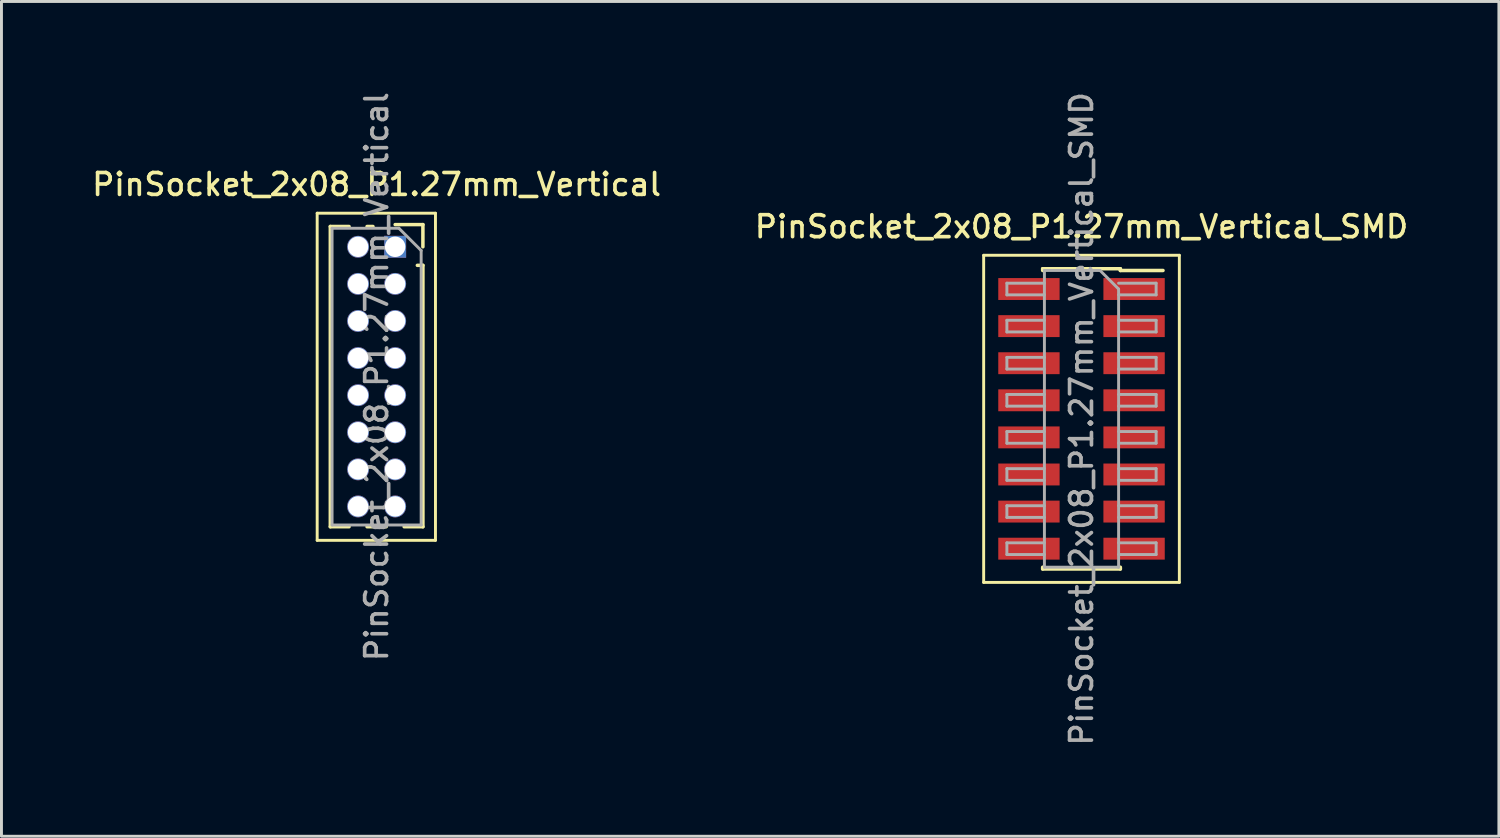
<source format=kicad_pcb>
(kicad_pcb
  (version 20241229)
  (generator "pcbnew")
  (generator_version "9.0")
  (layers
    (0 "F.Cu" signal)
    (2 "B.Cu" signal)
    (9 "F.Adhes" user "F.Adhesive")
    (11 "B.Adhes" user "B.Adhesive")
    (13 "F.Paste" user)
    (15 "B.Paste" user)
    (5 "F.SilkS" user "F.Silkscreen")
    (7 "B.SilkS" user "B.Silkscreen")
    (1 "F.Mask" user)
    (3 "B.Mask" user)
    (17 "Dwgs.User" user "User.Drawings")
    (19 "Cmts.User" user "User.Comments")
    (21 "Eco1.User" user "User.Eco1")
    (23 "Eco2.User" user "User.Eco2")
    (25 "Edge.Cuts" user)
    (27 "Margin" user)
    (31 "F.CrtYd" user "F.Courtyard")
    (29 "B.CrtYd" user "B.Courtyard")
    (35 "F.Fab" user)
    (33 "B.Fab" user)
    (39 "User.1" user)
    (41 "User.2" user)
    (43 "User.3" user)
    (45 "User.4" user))
  (footprint "PinSocket_2x08_P1.27mm_Vertical_SMD"
    (layer "F.Cu")
    (at 33.98 11.291)
    (property "Reference" "PinSocket_2x08_P1.27mm_Vertical_SMD" (at 0 -6.58 0) (layer "F.SilkS") (effects (font (size 0.75 0.75) (thickness 0.125))))
    (attr smd)
    (fp_line (start -3.35 -5.6) (end 3.35 -5.6) (stroke (width 0.1) (type solid)) (layer "F.SilkS"))
    (fp_line (start -3.35 5.6) (end -3.35 -5.6) (stroke (width 0.1) (type solid)) (layer "F.SilkS"))
    (fp_line (start -1.33 -5.14) (end -1.33 -5.08) (stroke (width 0.12) (type solid)) (layer "F.SilkS"))
    (fp_line (start -1.33 -5.14) (end 1.33 -5.14) (stroke (width 0.12) (type solid)) (layer "F.SilkS"))
    (fp_line (start -1.33 5.08) (end -1.33 5.14) (stroke (width 0.12) (type solid)) (layer "F.SilkS"))
    (fp_line (start -1.33 5.14) (end 1.33 5.14) (stroke (width 0.12) (type solid)) (layer "F.SilkS"))
    (fp_line (start 1.33 -5.14) (end 1.33 -5.08) (stroke (width 0.12) (type solid)) (layer "F.SilkS"))
    (fp_line (start 1.33 -5.08) (end 2.79 -5.08) (stroke (width 0.12) (type solid)) (layer "F.SilkS"))
    (fp_line (start 1.33 5.08) (end 1.33 5.14) (stroke (width 0.12) (type solid)) (layer "F.SilkS"))
    (fp_line (start 3.35 -5.6) (end 3.35 5.6) (stroke (width 0.1) (type solid)) (layer "F.SilkS"))
    (fp_line (start 3.35 5.6) (end -3.35 5.6) (stroke (width 0.1) (type solid)) (layer "F.SilkS"))
    (fp_line (start -2.555 -4.645) (end -1.27 -4.645) (stroke (width 0.1) (type solid)) (layer "F.Fab"))
    (fp_line (start -2.555 -4.245) (end -2.555 -4.645) (stroke (width 0.1) (type solid)) (layer "F.Fab"))
    (fp_line (start -2.555 -3.375) (end -1.27 -3.375) (stroke (width 0.1) (type solid)) (layer "F.Fab"))
    (fp_line (start -2.555 -2.975) (end -2.555 -3.375) (stroke (width 0.1) (type solid)) (layer "F.Fab"))
    (fp_line (start -2.555 -2.105) (end -1.27 -2.105) (stroke (width 0.1) (type solid)) (layer "F.Fab"))
    (fp_line (start -2.555 -1.705) (end -2.555 -2.105) (stroke (width 0.1) (type solid)) (layer "F.Fab"))
    (fp_line (start -2.555 -0.835) (end -1.27 -0.835) (stroke (width 0.1) (type solid)) (layer "F.Fab"))
    (fp_line (start -2.555 -0.435) (end -2.555 -0.835) (stroke (width 0.1) (type solid)) (layer "F.Fab"))
    (fp_line (start -2.555 0.435) (end -1.27 0.435) (stroke (width 0.1) (type solid)) (layer "F.Fab"))
    (fp_line (start -2.555 0.835) (end -2.555 0.435) (stroke (width 0.1) (type solid)) (layer "F.Fab"))
    (fp_line (start -2.555 1.705) (end -1.27 1.705) (stroke (width 0.1) (type solid)) (layer "F.Fab"))
    (fp_line (start -2.555 2.105) (end -2.555 1.705) (stroke (width 0.1) (type solid)) (layer "F.Fab"))
    (fp_line (start -2.555 2.975) (end -1.27 2.975) (stroke (width 0.1) (type solid)) (layer "F.Fab"))
    (fp_line (start -2.555 3.375) (end -2.555 2.975) (stroke (width 0.1) (type solid)) (layer "F.Fab"))
    (fp_line (start -2.555 4.245) (end -1.27 4.245) (stroke (width 0.1) (type solid)) (layer "F.Fab"))
    (fp_line (start -2.555 4.645) (end -2.555 4.245) (stroke (width 0.1) (type solid)) (layer "F.Fab"))
    (fp_line (start -1.27 -5.08) (end 0.635 -5.08) (stroke (width 0.1) (type solid)) (layer "F.Fab"))
    (fp_line (start -1.27 -4.245) (end -2.555 -4.245) (stroke (width 0.1) (type solid)) (layer "F.Fab"))
    (fp_line (start -1.27 -2.975) (end -2.555 -2.975) (stroke (width 0.1) (type solid)) (layer "F.Fab"))
    (fp_line (start -1.27 -1.705) (end -2.555 -1.705) (stroke (width 0.1) (type solid)) (layer "F.Fab"))
    (fp_line (start -1.27 -0.435) (end -2.555 -0.435) (stroke (width 0.1) (type solid)) (layer "F.Fab"))
    (fp_line (start -1.27 0.835) (end -2.555 0.835) (stroke (width 0.1) (type solid)) (layer "F.Fab"))
    (fp_line (start -1.27 2.105) (end -2.555 2.105) (stroke (width 0.1) (type solid)) (layer "F.Fab"))
    (fp_line (start -1.27 3.375) (end -2.555 3.375) (stroke (width 0.1) (type solid)) (layer "F.Fab"))
    (fp_line (start -1.27 4.645) (end -2.555 4.645) (stroke (width 0.1) (type solid)) (layer "F.Fab"))
    (fp_line (start -1.27 5.08) (end -1.27 -5.08) (stroke (width 0.1) (type solid)) (layer "F.Fab"))
    (fp_line (start 0.635 -5.08) (end 1.27 -4.445) (stroke (width 0.1) (type solid)) (layer "F.Fab"))
    (fp_line (start 1.27 -4.645) (end 2.555 -4.645) (stroke (width 0.1) (type solid)) (layer "F.Fab"))
    (fp_line (start 1.27 -4.445) (end 1.27 5.08) (stroke (width 0.1) (type solid)) (layer "F.Fab"))
    (fp_line (start 1.27 -3.375) (end 2.555 -3.375) (stroke (width 0.1) (type solid)) (layer "F.Fab"))
    (fp_line (start 1.27 -2.105) (end 2.555 -2.105) (stroke (width 0.1) (type solid)) (layer "F.Fab"))
    (fp_line (start 1.27 -0.835) (end 2.555 -0.835) (stroke (width 0.1) (type solid)) (layer "F.Fab"))
    (fp_line (start 1.27 0.435) (end 2.555 0.435) (stroke (width 0.1) (type solid)) (layer "F.Fab"))
    (fp_line (start 1.27 1.705) (end 2.555 1.705) (stroke (width 0.1) (type solid)) (layer "F.Fab"))
    (fp_line (start 1.27 2.975) (end 2.555 2.975) (stroke (width 0.1) (type solid)) (layer "F.Fab"))
    (fp_line (start 1.27 4.245) (end 2.555 4.245) (stroke (width 0.1) (type solid)) (layer "F.Fab"))
    (fp_line (start 1.27 5.08) (end -1.27 5.08) (stroke (width 0.1) (type solid)) (layer "F.Fab"))
    (fp_line (start 2.555 -4.645) (end 2.555 -4.245) (stroke (width 0.1) (type solid)) (layer "F.Fab"))
    (fp_line (start 2.555 -4.245) (end 1.27 -4.245) (stroke (width 0.1) (type solid)) (layer "F.Fab"))
    (fp_line (start 2.555 -3.375) (end 2.555 -2.975) (stroke (width 0.1) (type solid)) (layer "F.Fab"))
    (fp_line (start 2.555 -2.975) (end 1.27 -2.975) (stroke (width 0.1) (type solid)) (layer "F.Fab"))
    (fp_line (start 2.555 -2.105) (end 2.555 -1.705) (stroke (width 0.1) (type solid)) (layer "F.Fab"))
    (fp_line (start 2.555 -1.705) (end 1.27 -1.705) (stroke (width 0.1) (type solid)) (layer "F.Fab"))
    (fp_line (start 2.555 -0.835) (end 2.555 -0.435) (stroke (width 0.1) (type solid)) (layer "F.Fab"))
    (fp_line (start 2.555 -0.435) (end 1.27 -0.435) (stroke (width 0.1) (type solid)) (layer "F.Fab"))
    (fp_line (start 2.555 0.435) (end 2.555 0.835) (stroke (width 0.1) (type solid)) (layer "F.Fab"))
    (fp_line (start 2.555 0.835) (end 1.27 0.835) (stroke (width 0.1) (type solid)) (layer "F.Fab"))
    (fp_line (start 2.555 1.705) (end 2.555 2.105) (stroke (width 0.1) (type solid)) (layer "F.Fab"))
    (fp_line (start 2.555 2.105) (end 1.27 2.105) (stroke (width 0.1) (type solid)) (layer "F.Fab"))
    (fp_line (start 2.555 2.975) (end 2.555 3.375) (stroke (width 0.1) (type solid)) (layer "F.Fab"))
    (fp_line (start 2.555 3.375) (end 1.27 3.375) (stroke (width 0.1) (type solid)) (layer "F.Fab"))
    (fp_line (start 2.555 4.245) (end 2.555 4.645) (stroke (width 0.1) (type solid)) (layer "F.Fab"))
    (fp_line (start 2.555 4.645) (end 1.27 4.645) (stroke (width 0.1) (type solid)) (layer "F.Fab"))
    (fp_text user "${REFERENCE}" (at 0 0 90) (layer "F.Fab") (effects (font (size 0.75 0.75) (thickness 0.125))))
    (pad "1" smd rect (at 1.8 -4.445) (size 2.1 0.75) (layers "F.Cu" "F.Mask" "F.Paste"))
    (pad "2" smd rect (at -1.8 -4.445) (size 2.1 0.75) (layers "F.Cu" "F.Mask" "F.Paste"))
    (pad "3" smd rect (at 1.8 -3.175) (size 2.1 0.75) (layers "F.Cu" "F.Mask" "F.Paste"))
    (pad "4" smd rect (at -1.8 -3.175) (size 2.1 0.75) (layers "F.Cu" "F.Mask" "F.Paste"))
    (pad "5" smd rect (at 1.8 -1.905) (size 2.1 0.75) (layers "F.Cu" "F.Mask" "F.Paste"))
    (pad "6" smd rect (at -1.8 -1.905) (size 2.1 0.75) (layers "F.Cu" "F.Mask" "F.Paste"))
    (pad "7" smd rect (at 1.8 -0.635) (size 2.1 0.75) (layers "F.Cu" "F.Mask" "F.Paste"))
    (pad "8" smd rect (at -1.8 -0.635) (size 2.1 0.75) (layers "F.Cu" "F.Mask" "F.Paste"))
    (pad "9" smd rect (at 1.8 0.635) (size 2.1 0.75) (layers "F.Cu" "F.Mask" "F.Paste"))
    (pad "10" smd rect (at -1.8 0.635) (size 2.1 0.75) (layers "F.Cu" "F.Mask" "F.Paste"))
    (pad "11" smd rect (at 1.8 1.905) (size 2.1 0.75) (layers "F.Cu" "F.Mask" "F.Paste"))
    (pad "12" smd rect (at -1.8 1.905) (size 2.1 0.75) (layers "F.Cu" "F.Mask" "F.Paste"))
    (pad "13" smd rect (at 1.8 3.175) (size 2.1 0.75) (layers "F.Cu" "F.Mask" "F.Paste"))
    (pad "14" smd rect (at -1.8 3.175) (size 2.1 0.75) (layers "F.Cu" "F.Mask" "F.Paste"))
    (pad "15" smd rect (at 1.8 4.445) (size 2.1 0.75) (layers "F.Cu" "F.Mask" "F.Paste"))
    (pad "16" smd rect (at -1.8 4.445) (size 2.1 0.75) (layers "F.Cu" "F.Mask" "F.Paste")))
  (footprint "PinSocket_2x08_P1.27mm_Vertical"
    (layer "F.Cu")
    (at 10.48 5.4)
    (property "Reference" "PinSocket_2x08_P1.27mm_Vertical" (at -0.635 -2.135 0) (layer "F.SilkS") (effects (font (size 0.75 0.75) (thickness 0.125))))
    (attr through_hole)
    (fp_line (start -2.67 -1.15) (end 1.38 -1.15) (stroke (width 0.1) (type solid)) (layer "F.SilkS"))
    (fp_line (start -2.67 10.05) (end -2.67 -1.15) (stroke (width 0.1) (type solid)) (layer "F.SilkS"))
    (fp_line (start -2.22 -0.695) (end -2.22 9.585) (stroke (width 0.12) (type solid)) (layer "F.SilkS"))
    (fp_line (start -2.22 -0.695) (end -1.578 -0.695) (stroke (width 0.12) (type solid)) (layer "F.SilkS"))
    (fp_line (start -2.22 9.585) (end -1.578 9.585) (stroke (width 0.12) (type solid)) (layer "F.SilkS"))
    (fp_line (start -0.962 -0.695) (end -0.76 -0.695) (stroke (width 0.12) (type solid)) (layer "F.SilkS"))
    (fp_line (start -0.962 9.585) (end -0.308 9.585) (stroke (width 0.12) (type solid)) (layer "F.SilkS"))
    (fp_line (start 0 -0.76) (end 0.95 -0.76) (stroke (width 0.12) (type solid)) (layer "F.SilkS"))
    (fp_line (start 0.308 9.585) (end 0.95 9.585) (stroke (width 0.12) (type solid)) (layer "F.SilkS"))
    (fp_line (start 0.76 0.635) (end 0.95 0.635) (stroke (width 0.12) (type solid)) (layer "F.SilkS"))
    (fp_line (start 0.95 -0.76) (end 0.95 0) (stroke (width 0.12) (type solid)) (layer "F.SilkS"))
    (fp_line (start 0.95 0.635) (end 0.95 9.585) (stroke (width 0.12) (type solid)) (layer "F.SilkS"))
    (fp_line (start 1.38 -1.15) (end 1.38 10.05) (stroke (width 0.1) (type solid)) (layer "F.SilkS"))
    (fp_line (start 1.38 10.05) (end -2.67 10.05) (stroke (width 0.1) (type solid)) (layer "F.SilkS"))
    (fp_line (start -2.16 -0.635) (end 0.128 -0.635) (stroke (width 0.1) (type solid)) (layer "F.Fab"))
    (fp_line (start -2.16 9.525) (end -2.16 -0.635) (stroke (width 0.1) (type solid)) (layer "F.Fab"))
    (fp_line (start 0.128 -0.635) (end 0.89 0.128) (stroke (width 0.1) (type solid)) (layer "F.Fab"))
    (fp_line (start 0.89 0.128) (end 0.89 9.525) (stroke (width 0.1) (type solid)) (layer "F.Fab"))
    (fp_line (start 0.89 9.525) (end -2.16 9.525) (stroke (width 0.1) (type solid)) (layer "F.Fab"))
    (fp_text user "${REFERENCE}" (at -0.635 4.445 90) (layer "F.Fab") (effects (font (size 0.75 0.75) (thickness 0.125))))
    (pad "1" thru_hole rect (at 0 0) (size 0.75 0.75) (drill 0.7) (layers "*.Cu" "*.Mask"))
    (pad "2" thru_hole oval (at -1.27 0) (size 0.75 0.75) (drill 0.7) (layers "*.Cu" "*.Mask"))
    (pad "3" thru_hole oval (at 0 1.27) (size 0.75 0.75) (drill 0.7) (layers "*.Cu" "*.Mask"))
    (pad "4" thru_hole oval (at -1.27 1.27) (size 0.75 0.75) (drill 0.7) (layers "*.Cu" "*.Mask"))
    (pad "5" thru_hole oval (at 0 2.54) (size 0.75 0.75) (drill 0.7) (layers "*.Cu" "*.Mask"))
    (pad "6" thru_hole oval (at -1.27 2.54) (size 0.75 0.75) (drill 0.7) (layers "*.Cu" "*.Mask"))
    (pad "7" thru_hole oval (at 0 3.81) (size 0.75 0.75) (drill 0.7) (layers "*.Cu" "*.Mask"))
    (pad "8" thru_hole oval (at -1.27 3.81) (size 0.75 0.75) (drill 0.7) (layers "*.Cu" "*.Mask"))
    (pad "9" thru_hole oval (at 0 5.08) (size 0.75 0.75) (drill 0.7) (layers "*.Cu" "*.Mask"))
    (pad "10" thru_hole oval (at -1.27 5.08) (size 0.75 0.75) (drill 0.7) (layers "*.Cu" "*.Mask"))
    (pad "11" thru_hole oval (at 0 6.35) (size 0.75 0.75) (drill 0.7) (layers "*.Cu" "*.Mask"))
    (pad "12" thru_hole oval (at -1.27 6.35) (size 0.75 0.75) (drill 0.7) (layers "*.Cu" "*.Mask"))
    (pad "13" thru_hole oval (at 0 7.62) (size 0.75 0.75) (drill 0.7) (layers "*.Cu" "*.Mask"))
    (pad "14" thru_hole oval (at -1.27 7.62) (size 0.75 0.75) (drill 0.7) (layers "*.Cu" "*.Mask"))
    (pad "15" thru_hole oval (at 0 8.89) (size 0.75 0.75) (drill 0.7) (layers "*.Cu" "*.Mask"))
    (pad "16" thru_hole oval (at -1.27 8.89) (size 0.75 0.75) (drill 0.7) (layers "*.Cu" "*.Mask")))
  (gr_rect
    (start -3 -3)
    (end 48.271 25.582)
    (stroke (width 0.1) (type default))
    (fill no)
    (layer "Edge.Cuts")))
</source>
